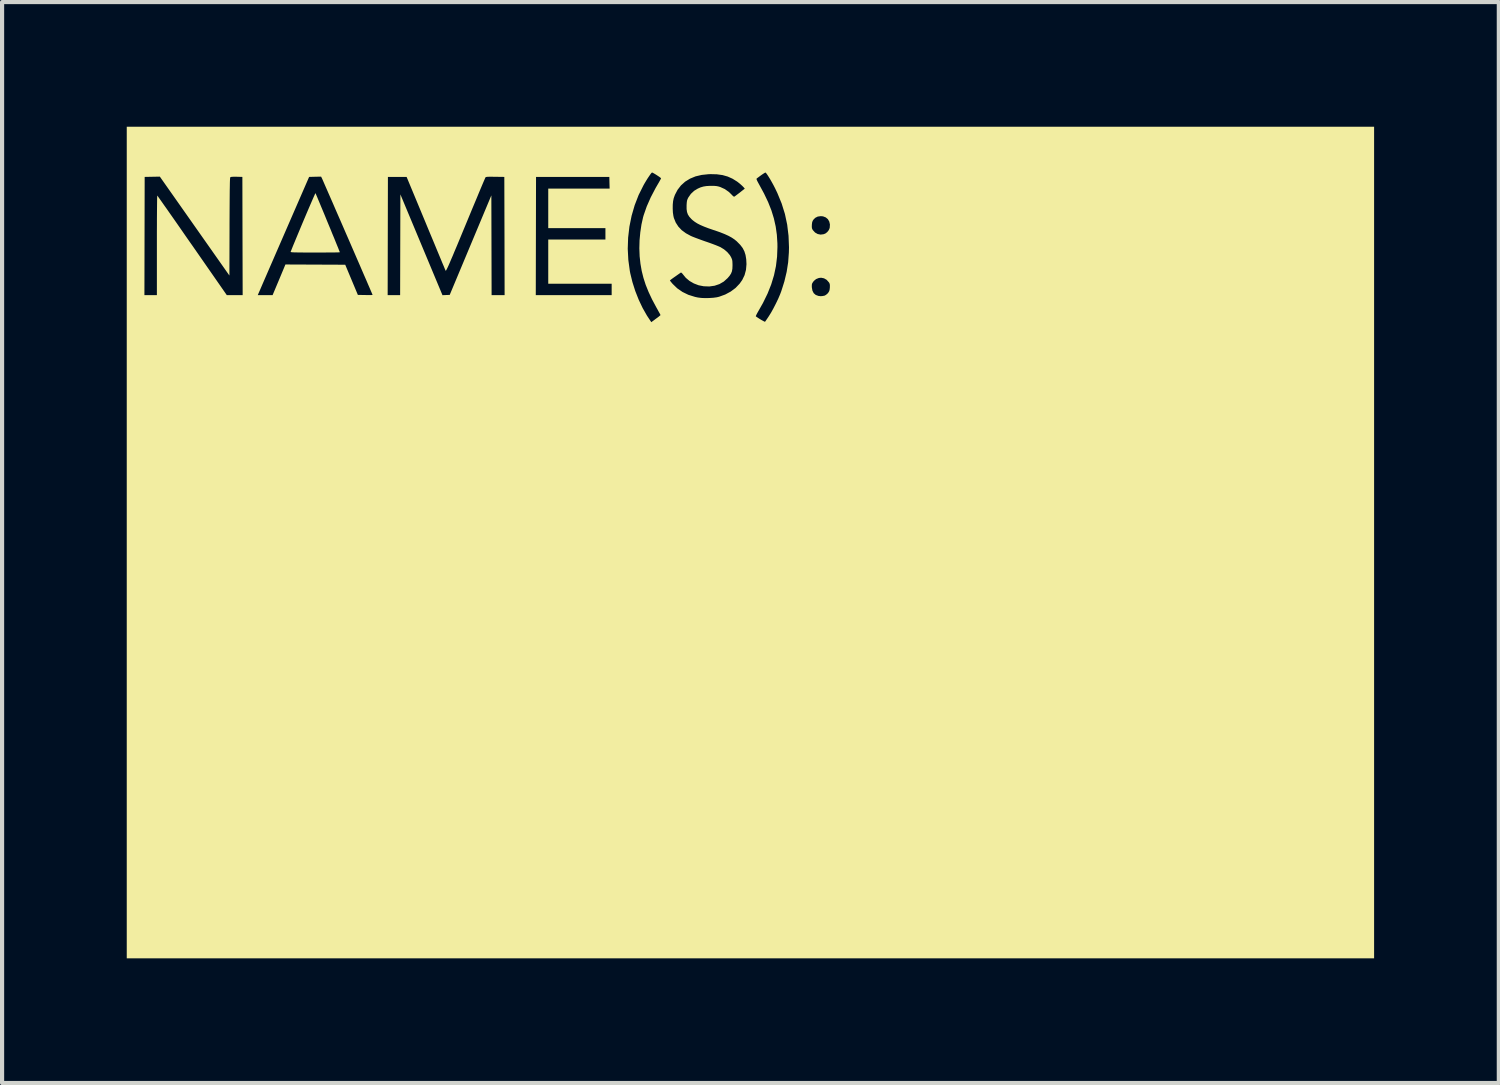
<source format=kicad_pcb>
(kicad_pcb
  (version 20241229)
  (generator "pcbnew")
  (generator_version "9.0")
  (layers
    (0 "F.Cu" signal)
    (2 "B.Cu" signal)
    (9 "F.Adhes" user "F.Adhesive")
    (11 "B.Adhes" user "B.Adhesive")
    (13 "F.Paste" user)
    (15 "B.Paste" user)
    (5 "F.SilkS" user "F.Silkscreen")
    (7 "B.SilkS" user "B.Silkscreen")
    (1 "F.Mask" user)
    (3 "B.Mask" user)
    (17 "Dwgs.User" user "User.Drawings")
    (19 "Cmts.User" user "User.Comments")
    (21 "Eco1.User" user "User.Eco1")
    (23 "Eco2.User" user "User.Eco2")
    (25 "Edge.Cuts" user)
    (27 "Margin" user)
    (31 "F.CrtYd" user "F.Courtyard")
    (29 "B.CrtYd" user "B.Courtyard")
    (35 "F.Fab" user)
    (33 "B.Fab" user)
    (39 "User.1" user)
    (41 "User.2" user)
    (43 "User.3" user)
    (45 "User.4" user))
  (footprint "name_plate"
    (layer "F.Cu")
    (at 15.007 10.005)
    (property "Reference" "name_plate" (at 0 0 0) (layer "F.SilkS") (effects (font (size 1.524 1.524) (thickness 0.3))))
    (attr board_only exclude_from_pos_files exclude_from_bom)
    (fp_poly (pts (xy -10.46 -8.395) (xy -10.446 -8.361) (xy -10.424 -8.31) (xy -10.396 -8.242) (xy -10.362 -8.161) (xy -10.324 -8.069) (xy -10.282 -7.969) (xy -10.238 -7.863) (xy -10.193 -7.752) (xy -10.147 -7.641) (xy -10.101 -7.531) (xy -10.058 -7.424) (xy -10.016 -7.324) (xy -9.979 -7.232) (xy -9.946 -7.151) (xy -9.918 -7.083) (xy -9.898 -7.031) (xy -9.884 -6.998) (xy -9.88 -6.985) (xy -9.892 -6.984) (xy -9.927 -6.982) (xy -9.981 -6.981) (xy -10.054 -6.98) (xy -10.142 -6.98) (xy -10.243 -6.979) (xy -10.354 -6.979) (xy -10.473 -6.978) (xy -10.475 -6.978) (xy -10.618 -6.979) (xy -10.737 -6.979) (xy -10.834 -6.98) (xy -10.912 -6.981) (xy -10.972 -6.982) (xy -11.015 -6.984) (xy -11.044 -6.987) (xy -11.06 -6.99) (xy -11.065 -6.993) (xy -11.064 -6.994) (xy -11.039 -7.057) (xy -11.008 -7.135) (xy -10.971 -7.224) (xy -10.93 -7.323) (xy -10.886 -7.429) (xy -10.84 -7.539) (xy -10.793 -7.652) (xy -10.745 -7.766) (xy -10.698 -7.877) (xy -10.653 -7.983) (xy -10.61 -8.083) (xy -10.571 -8.173) (xy -10.537 -8.252) (xy -10.508 -8.318) (xy -10.486 -8.367) (xy -10.472 -8.397) (xy -10.466 -8.407)) (stroke (width 0) (type solid)) (fill yes) (layer "F.SilkS"))
    (fp_poly (pts (xy 15.007 10.005) (xy -15.007 10.005) (xy -15.007 -5.953) (xy -14.582 -5.953) (xy -14.282 -5.953) (xy -14.282 -7.154) (xy -14.282 -7.325) (xy -14.282 -7.489) (xy -14.281 -7.643) (xy -14.281 -7.787) (xy -14.28 -7.918) (xy -14.279 -8.035) (xy -14.278 -8.136) (xy -14.277 -8.22) (xy -14.276 -8.284) (xy -14.274 -8.327) (xy -14.273 -8.348) (xy -14.273 -8.35) (xy -14.264 -8.339) (xy -14.243 -8.309) (xy -14.209 -8.261) (xy -14.163 -8.196) (xy -14.107 -8.116) (xy -14.04 -8.022) (xy -13.965 -7.914) (xy -13.882 -7.796) (xy -13.792 -7.667) (xy -13.696 -7.529) (xy -13.595 -7.383) (xy -13.489 -7.231) (xy -13.431 -7.149) (xy -12.6 -5.954) (xy -12.218 -5.953) (xy -11.855 -5.953) (xy -11.498 -5.953) (xy -8.729 -5.953) (xy -8.429 -5.953) (xy -8.426 -7.165) (xy -8.423 -8.378) (xy -7.41 -5.952) (xy -7.323 -5.956) (xy -7.236 -5.959) (xy -6.234 -8.354) (xy -6.231 -7.154) (xy -6.228 -5.953) (xy -5.915 -5.953) (xy -5.165 -5.953) (xy -3.339 -5.953) (xy -3.339 -6.228) (xy -4.865 -6.228) (xy -4.865 -7.068) (xy -2.952 -7.068) (xy -2.938 -6.8) (xy -2.902 -6.535) (xy -2.891 -6.478) (xy -2.839 -6.266) (xy -2.771 -6.052) (xy -2.688 -5.842) (xy -2.594 -5.644) (xy -2.49 -5.461) (xy -2.457 -5.411) (xy -2.385 -5.303) (xy -2.346 -5.332) (xy -2.316 -5.354) (xy -2.275 -5.385) (xy -2.235 -5.414) (xy -2.2 -5.441) (xy -2.197 -5.444) (xy 0.129 -5.444) (xy 0.149 -5.429) (xy 0.182 -5.407) (xy 0.222 -5.381) (xy 0.264 -5.356) (xy 0.304 -5.334) (xy 0.334 -5.318) (xy 0.351 -5.312) (xy 0.352 -5.313) (xy 0.361 -5.326) (xy 0.382 -5.356) (xy 0.41 -5.397) (xy 0.442 -5.445) (xy 0.497 -5.533) (xy 0.555 -5.638) (xy 0.613 -5.751) (xy 0.668 -5.865) (xy 0.714 -5.973) (xy 0.742 -6.047) (xy 0.781 -6.169) (xy 1.477 -6.169) (xy 1.478 -6.139) (xy 1.492 -6.061) (xy 1.523 -6) (xy 1.572 -5.958) (xy 1.637 -5.934) (xy 1.692 -5.928) (xy 1.738 -5.932) (xy 1.782 -5.941) (xy 1.793 -5.945) (xy 1.827 -5.967) (xy 1.862 -5.998) (xy 1.871 -6.01) (xy 1.892 -6.043) (xy 1.904 -6.077) (xy 1.91 -6.124) (xy 1.911 -6.139) (xy 1.912 -6.188) (xy 1.908 -6.221) (xy 1.897 -6.248) (xy 1.886 -6.264) (xy 1.834 -6.322) (xy 1.771 -6.358) (xy 1.701 -6.372) (xy 1.646 -6.366) (xy 1.58 -6.34) (xy 1.526 -6.295) (xy 1.503 -6.264) (xy 1.486 -6.236) (xy 1.478 -6.208) (xy 1.477 -6.169) (xy 0.781 -6.169) (xy 0.817 -6.284) (xy 0.872 -6.514) (xy 0.908 -6.744) (xy 0.925 -6.979) (xy 0.928 -7.103) (xy 0.917 -7.381) (xy 0.891 -7.594) (xy 1.477 -7.594) (xy 1.481 -7.561) (xy 1.493 -7.533) (xy 1.503 -7.517) (xy 1.555 -7.46) (xy 1.618 -7.424) (xy 1.688 -7.41) (xy 1.76 -7.419) (xy 1.803 -7.436) (xy 1.848 -7.47) (xy 1.885 -7.517) (xy 1.907 -7.568) (xy 1.908 -7.574) (xy 1.913 -7.654) (xy 1.897 -7.724) (xy 1.863 -7.782) (xy 1.812 -7.824) (xy 1.747 -7.849) (xy 1.695 -7.854) (xy 1.62 -7.844) (xy 1.56 -7.814) (xy 1.518 -7.772) (xy 1.497 -7.739) (xy 1.485 -7.704) (xy 1.479 -7.657) (xy 1.478 -7.643) (xy 1.477 -7.594) (xy 0.891 -7.594) (xy 0.885 -7.647) (xy 0.83 -7.906) (xy 0.751 -8.159) (xy 0.649 -8.408) (xy 0.595 -8.521) (xy 0.554 -8.601) (xy 0.512 -8.677) (xy 0.472 -8.747) (xy 0.434 -8.808) (xy 0.402 -8.857) (xy 0.377 -8.89) (xy 0.361 -8.904) (xy 0.359 -8.904) (xy 0.346 -8.897) (xy 0.317 -8.879) (xy 0.279 -8.854) (xy 0.237 -8.824) (xy 0.197 -8.794) (xy 0.163 -8.769) (xy 0.146 -8.754) (xy 0.148 -8.74) (xy 0.16 -8.709) (xy 0.182 -8.666) (xy 0.21 -8.615) (xy 0.21 -8.615) (xy 0.327 -8.399) (xy 0.425 -8.194) (xy 0.504 -7.995) (xy 0.564 -7.8) (xy 0.608 -7.604) (xy 0.636 -7.405) (xy 0.649 -7.199) (xy 0.65 -7.11) (xy 0.641 -6.877) (xy 0.614 -6.652) (xy 0.567 -6.431) (xy 0.5 -6.211) (xy 0.412 -5.99) (xy 0.302 -5.765) (xy 0.194 -5.574) (xy 0.166 -5.525) (xy 0.145 -5.484) (xy 0.132 -5.455) (xy 0.129 -5.444) (xy -2.197 -5.444) (xy -2.175 -5.462) (xy -2.164 -5.473) (xy -2.164 -5.474) (xy -2.169 -5.486) (xy -2.185 -5.516) (xy -2.21 -5.561) (xy -2.24 -5.616) (xy -2.265 -5.66) (xy -2.367 -5.851) (xy -2.451 -6.03) (xy -2.52 -6.201) (xy -2.555 -6.309) (xy -1.937 -6.309) (xy -1.932 -6.298) (xy -1.913 -6.273) (xy -1.884 -6.238) (xy -1.87 -6.222) (xy -1.761 -6.117) (xy -1.635 -6.03) (xy -1.493 -5.961) (xy -1.333 -5.911) (xy -1.263 -5.896) (xy -1.184 -5.886) (xy -1.091 -5.882) (xy -0.991 -5.884) (xy -0.894 -5.89) (xy -0.807 -5.902) (xy -0.753 -5.915) (xy -0.607 -5.968) (xy -0.475 -6.039) (xy -0.358 -6.126) (xy -0.26 -6.229) (xy -0.197 -6.318) (xy -0.141 -6.434) (xy -0.107 -6.561) (xy -0.095 -6.698) (xy -0.101 -6.816) (xy -0.118 -6.92) (xy -0.146 -7.008) (xy -0.187 -7.087) (xy -0.245 -7.163) (xy -0.323 -7.242) (xy -0.324 -7.244) (xy -0.382 -7.292) (xy -0.449 -7.337) (xy -0.527 -7.38) (xy -0.619 -7.422) (xy -0.73 -7.466) (xy -0.861 -7.512) (xy -0.882 -7.518) (xy -1.01 -7.562) (xy -1.117 -7.603) (xy -1.205 -7.641) (xy -1.279 -7.679) (xy -1.34 -7.718) (xy -1.393 -7.759) (xy -1.419 -7.783) (xy -1.47 -7.839) (xy -1.505 -7.894) (xy -1.526 -7.954) (xy -1.536 -8.025) (xy -1.536 -8.113) (xy -1.536 -8.121) (xy -1.532 -8.181) (xy -1.526 -8.225) (xy -1.514 -8.262) (xy -1.496 -8.3) (xy -1.494 -8.303) (xy -1.433 -8.39) (xy -1.354 -8.464) (xy -1.27 -8.515) (xy -1.201 -8.546) (xy -1.133 -8.566) (xy -1.06 -8.578) (xy -0.972 -8.583) (xy -0.938 -8.583) (xy -0.867 -8.582) (xy -0.812 -8.577) (xy -0.765 -8.567) (xy -0.726 -8.555) (xy -0.616 -8.505) (xy -0.517 -8.435) (xy -0.457 -8.376) (xy -0.422 -8.34) (xy -0.398 -8.323) (xy -0.386 -8.324) (xy -0.37 -8.335) (xy -0.338 -8.359) (xy -0.297 -8.39) (xy -0.256 -8.421) (xy -0.211 -8.457) (xy -0.174 -8.486) (xy -0.148 -8.506) (xy -0.138 -8.513) (xy -0.142 -8.524) (xy -0.162 -8.547) (xy -0.192 -8.578) (xy -0.23 -8.613) (xy -0.27 -8.647) (xy -0.31 -8.678) (xy -0.319 -8.685) (xy -0.431 -8.755) (xy -0.547 -8.807) (xy -0.671 -8.842) (xy -0.808 -8.861) (xy -0.961 -8.865) (xy -1.011 -8.863) (xy -1.173 -8.846) (xy -1.321 -8.811) (xy -1.454 -8.756) (xy -1.571 -8.684) (xy -1.671 -8.594) (xy -1.753 -8.488) (xy -1.817 -8.366) (xy -1.846 -8.285) (xy -1.861 -8.215) (xy -1.869 -8.13) (xy -1.87 -8.037) (xy -1.866 -7.944) (xy -1.854 -7.861) (xy -1.842 -7.81) (xy -1.797 -7.699) (xy -1.734 -7.602) (xy -1.654 -7.517) (xy -1.552 -7.442) (xy -1.434 -7.378) (xy -1.39 -7.359) (xy -1.329 -7.335) (xy -1.254 -7.307) (xy -1.172 -7.277) (xy -1.088 -7.247) (xy -1.072 -7.242) (xy -0.989 -7.213) (xy -0.909 -7.184) (xy -0.835 -7.156) (xy -0.774 -7.131) (xy -0.73 -7.112) (xy -0.723 -7.109) (xy -0.635 -7.055) (xy -0.557 -6.989) (xy -0.495 -6.916) (xy -0.466 -6.867) (xy -0.45 -6.831) (xy -0.439 -6.799) (xy -0.434 -6.762) (xy -0.432 -6.713) (xy -0.431 -6.672) (xy -0.434 -6.591) (xy -0.445 -6.527) (xy -0.467 -6.472) (xy -0.502 -6.418) (xy -0.55 -6.362) (xy -0.641 -6.28) (xy -0.746 -6.219) (xy -0.862 -6.18) (xy -0.989 -6.162) (xy -1.125 -6.167) (xy -1.247 -6.191) (xy -1.362 -6.235) (xy -1.466 -6.295) (xy -1.555 -6.37) (xy -1.607 -6.433) (xy -1.634 -6.467) (xy -1.657 -6.49) (xy -1.67 -6.498) (xy -1.67 -6.498) (xy -1.684 -6.49) (xy -1.712 -6.47) (xy -1.751 -6.443) (xy -1.796 -6.411) (xy -1.842 -6.379) (xy -1.884 -6.349) (xy -1.916 -6.325) (xy -1.935 -6.31) (xy -1.937 -6.309) (xy -2.555 -6.309) (xy -2.574 -6.368) (xy -2.616 -6.536) (xy -2.646 -6.708) (xy -2.666 -6.89) (xy -2.666 -6.895) (xy -2.673 -7.079) (xy -2.668 -7.272) (xy -2.65 -7.465) (xy -2.622 -7.653) (xy -2.583 -7.827) (xy -2.568 -7.879) (xy -2.495 -8.088) (xy -2.399 -8.306) (xy -2.282 -8.53) (xy -2.232 -8.616) (xy -2.201 -8.669) (xy -2.176 -8.714) (xy -2.158 -8.747) (xy -2.151 -8.764) (xy -2.151 -8.764) (xy -2.161 -8.776) (xy -2.187 -8.796) (xy -2.224 -8.821) (xy -2.265 -8.848) (xy -2.306 -8.873) (xy -2.341 -8.893) (xy -2.363 -8.903) (xy -2.368 -8.904) (xy -2.381 -8.894) (xy -2.404 -8.865) (xy -2.434 -8.822) (xy -2.47 -8.769) (xy -2.508 -8.708) (xy -2.547 -8.643) (xy -2.574 -8.595) (xy -2.69 -8.363) (xy -2.785 -8.118) (xy -2.859 -7.864) (xy -2.912 -7.602) (xy -2.943 -7.336) (xy -2.952 -7.068) (xy -4.865 -7.068) (xy -4.865 -7.291) (xy -3.489 -7.291) (xy -3.489 -7.566) (xy -4.865 -7.566) (xy -4.865 -8.517) (xy -3.388 -8.517) (xy -3.392 -8.657) (xy -3.395 -8.798) (xy -5.159 -8.798) (xy -5.162 -7.376) (xy -5.165 -5.953) (xy -5.915 -5.953) (xy -5.918 -7.376) (xy -5.922 -8.798) (xy -6.142 -8.801) (xy -6.227 -8.802) (xy -6.29 -8.802) (xy -6.333 -8.8) (xy -6.36 -8.796) (xy -6.373 -8.79) (xy -6.374 -8.789) (xy -6.381 -8.775) (xy -6.396 -8.74) (xy -6.42 -8.685) (xy -6.451 -8.612) (xy -6.489 -8.522) (xy -6.533 -8.417) (xy -6.582 -8.298) (xy -6.637 -8.167) (xy -6.696 -8.026) (xy -6.758 -7.876) (xy -6.823 -7.719) (xy -6.854 -7.644) (xy -6.933 -7.454) (xy -7.002 -7.287) (xy -7.063 -7.14) (xy -7.117 -7.013) (xy -7.162 -6.904) (xy -7.202 -6.812) (xy -7.234 -6.736) (xy -7.261 -6.674) (xy -7.283 -6.626) (xy -7.301 -6.589) (xy -7.314 -6.564) (xy -7.323 -6.548) (xy -7.33 -6.541) (xy -7.334 -6.541) (xy -7.335 -6.542) (xy -7.341 -6.557) (xy -7.357 -6.594) (xy -7.38 -6.651) (xy -7.412 -6.725) (xy -7.45 -6.817) (xy -7.494 -6.923) (xy -7.544 -7.043) (xy -7.598 -7.174) (xy -7.657 -7.316) (xy -7.72 -7.466) (xy -7.785 -7.623) (xy -7.81 -7.684) (xy -8.273 -8.798) (xy -8.723 -8.798) (xy -8.726 -7.376) (xy -8.729 -5.953) (xy -11.498 -5.953) (xy -11.343 -6.322) (xy -11.189 -6.691) (xy -10.47 -6.688) (xy -9.75 -6.685) (xy -9.598 -6.322) (xy -9.446 -5.959) (xy -9.269 -5.956) (xy -9.206 -5.955) (xy -9.152 -5.955) (xy -9.114 -5.956) (xy -9.094 -5.959) (xy -9.092 -5.959) (xy -9.097 -5.972) (xy -9.111 -6.005) (xy -9.134 -6.058) (xy -9.164 -6.129) (xy -9.202 -6.216) (xy -9.245 -6.317) (xy -9.295 -6.431) (xy -9.349 -6.556) (xy -9.407 -6.691) (xy -9.469 -6.833) (xy -9.533 -6.981) (xy -9.599 -7.133) (xy -9.666 -7.288) (xy -9.734 -7.443) (xy -9.801 -7.598) (xy -9.867 -7.75) (xy -9.932 -7.898) (xy -9.994 -8.04) (xy -10.052 -8.175) (xy -10.107 -8.3) (xy -10.157 -8.414) (xy -10.201 -8.515) (xy -10.239 -8.602) (xy -10.27 -8.673) (xy -10.293 -8.726) (xy -10.308 -8.759) (xy -10.313 -8.77) (xy -10.331 -8.805) (xy -10.475 -8.802) (xy -10.619 -8.798) (xy -11.201 -7.46) (xy -11.277 -7.285) (xy -11.351 -7.115) (xy -11.422 -6.952) (xy -11.489 -6.797) (xy -11.552 -6.653) (xy -11.61 -6.519) (xy -11.662 -6.399) (xy -11.708 -6.293) (xy -11.747 -6.203) (xy -11.778 -6.131) (xy -11.801 -6.077) (xy -11.815 -6.045) (xy -11.819 -6.037) (xy -11.855 -5.953) (xy -12.218 -5.953) (xy -12.222 -7.376) (xy -12.225 -8.798) (xy -12.364 -8.802) (xy -12.429 -8.802) (xy -12.474 -8.801) (xy -12.502 -8.796) (xy -12.516 -8.789) (xy -12.517 -8.788) (xy -12.519 -8.777) (xy -12.522 -8.751) (xy -12.524 -8.709) (xy -12.526 -8.65) (xy -12.527 -8.573) (xy -12.529 -8.476) (xy -12.53 -8.36) (xy -12.531 -8.223) (xy -12.532 -8.064) (xy -12.533 -7.882) (xy -12.534 -7.676) (xy -12.534 -7.598) (xy -12.537 -6.425) (xy -13.374 -7.615) (xy -14.211 -8.805) (xy -14.576 -8.798) (xy -14.579 -7.376) (xy -14.582 -5.953) (xy -15.007 -5.953) (xy -15.007 -10.005) (xy 15.007 -10.005)) (stroke (width 0) (type solid)) (fill yes) (layer "F.SilkS")))
  (gr_rect
    (start -3 -3)
    (end 33.015 23.01)
    (stroke (width 0.1) (type default))
    (fill no)
    (layer "Edge.Cuts")))
</source>
